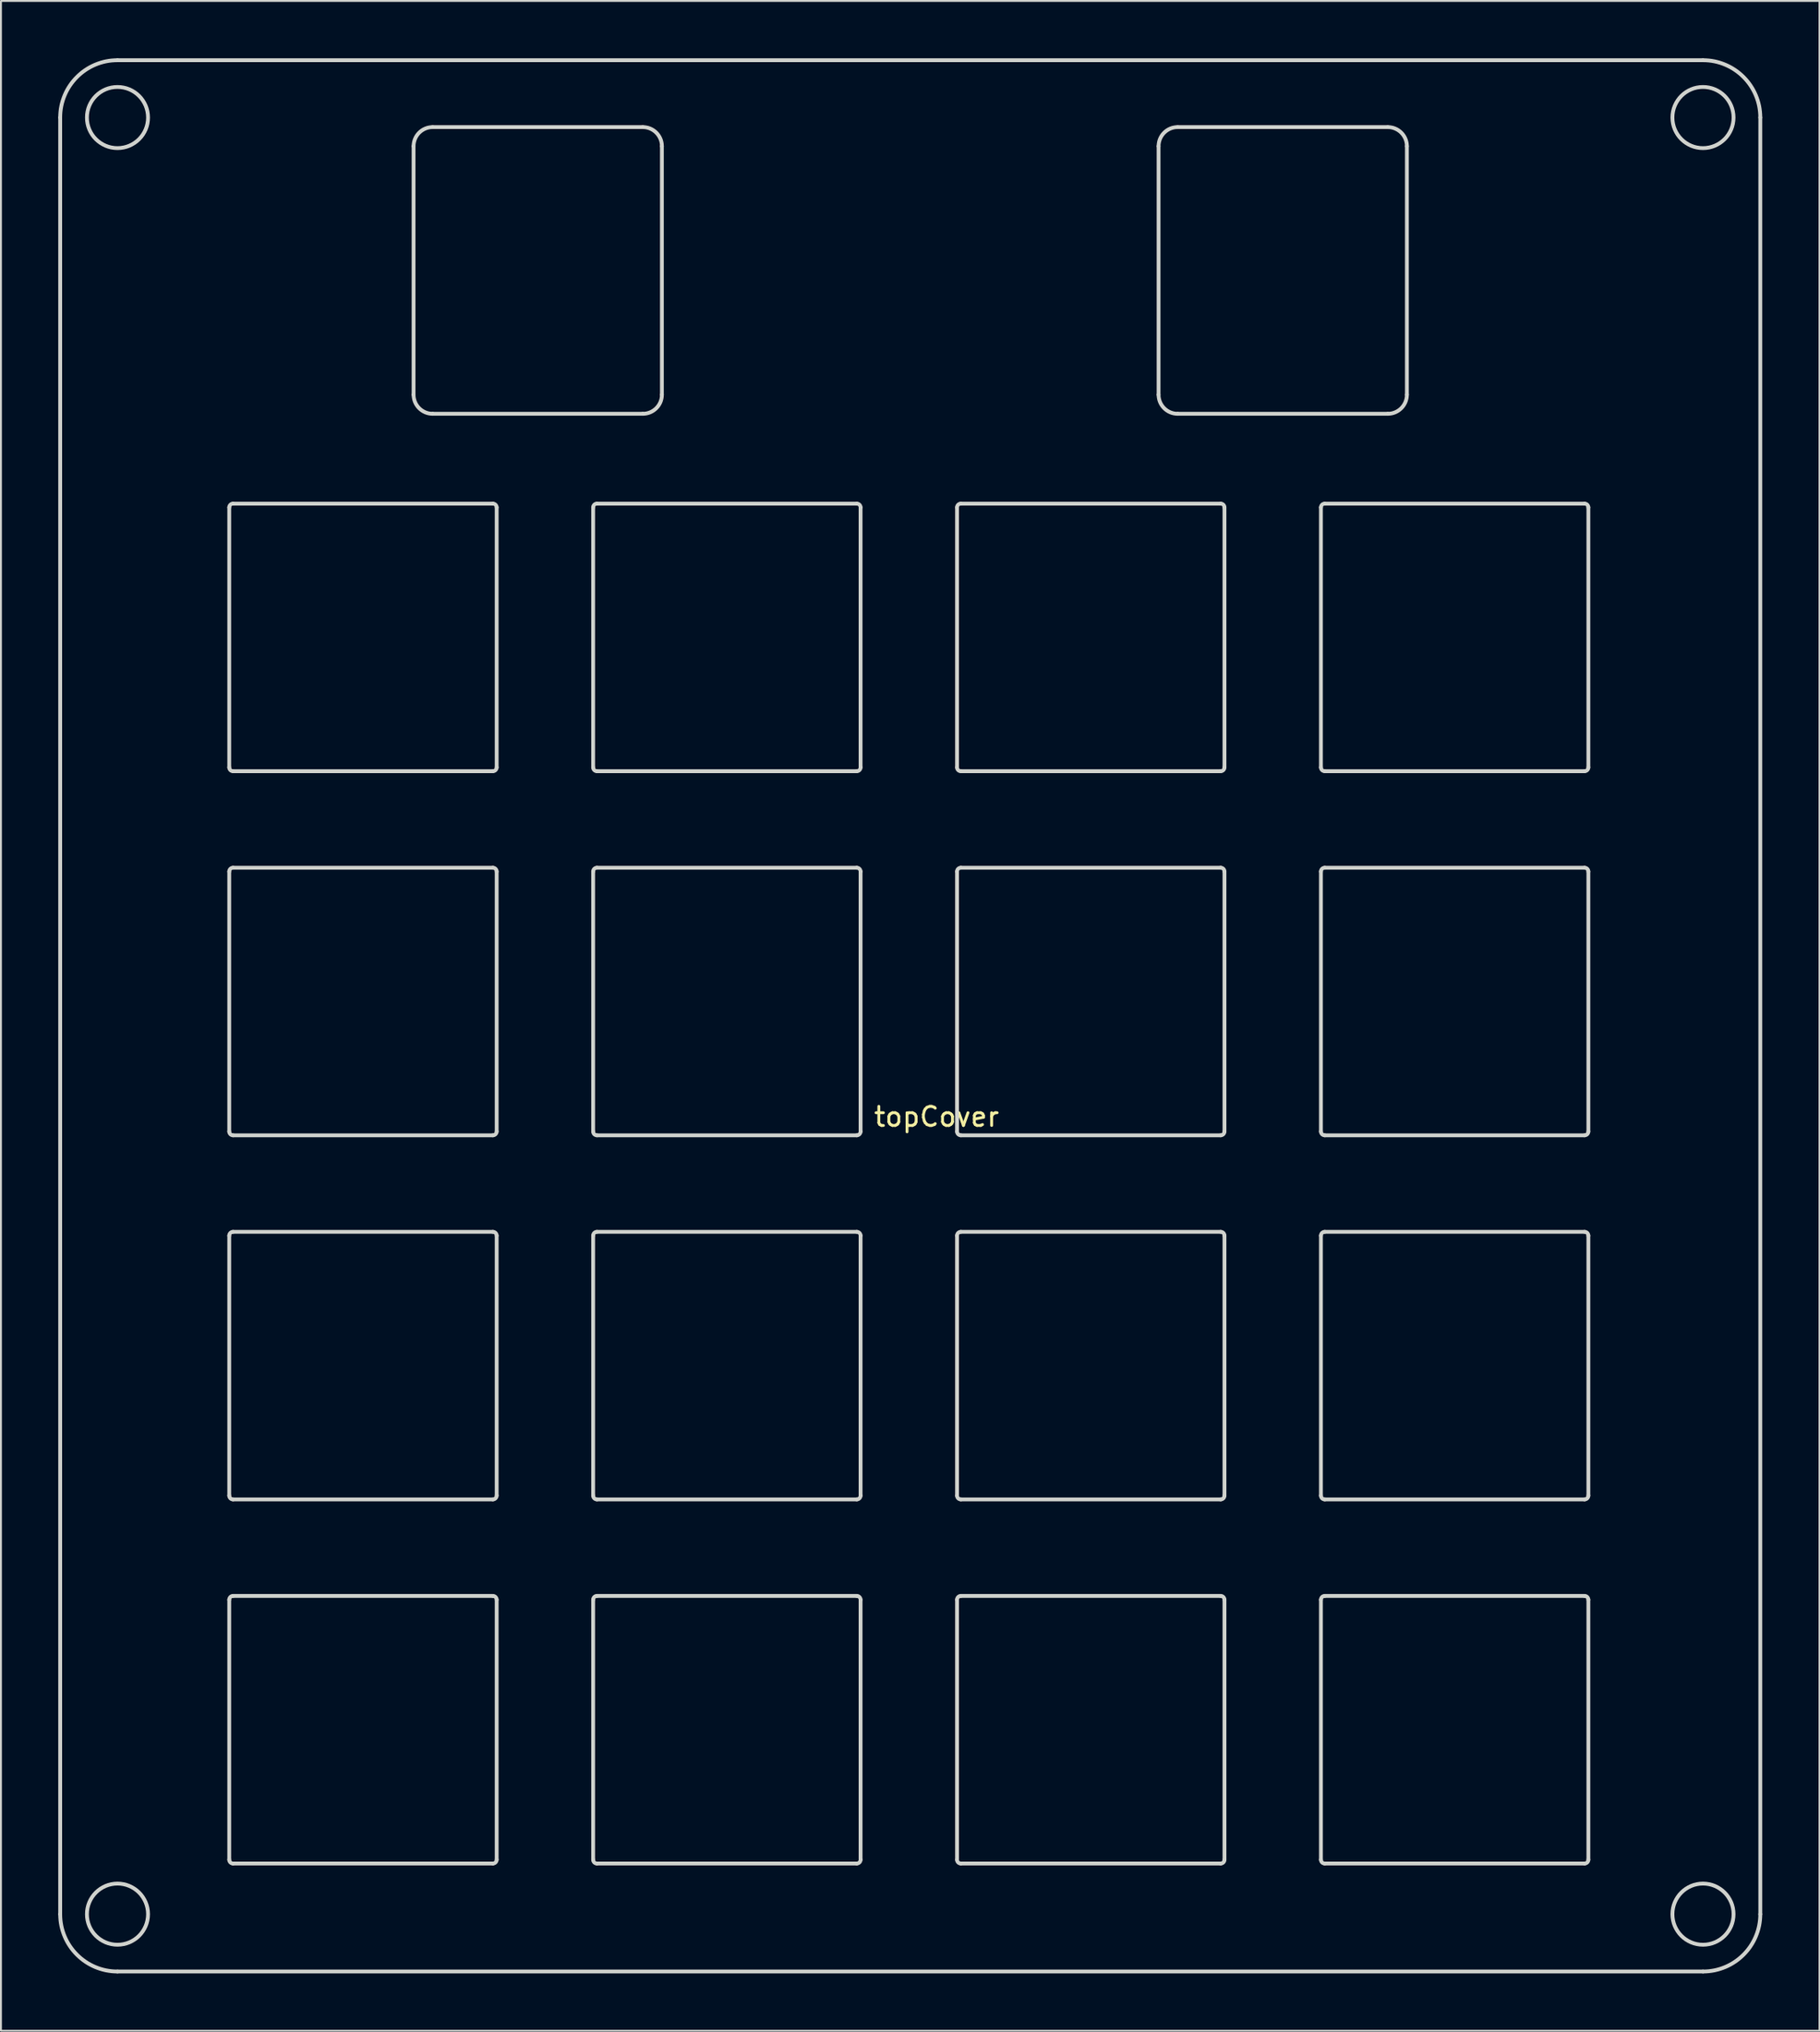
<source format=kicad_pcb>
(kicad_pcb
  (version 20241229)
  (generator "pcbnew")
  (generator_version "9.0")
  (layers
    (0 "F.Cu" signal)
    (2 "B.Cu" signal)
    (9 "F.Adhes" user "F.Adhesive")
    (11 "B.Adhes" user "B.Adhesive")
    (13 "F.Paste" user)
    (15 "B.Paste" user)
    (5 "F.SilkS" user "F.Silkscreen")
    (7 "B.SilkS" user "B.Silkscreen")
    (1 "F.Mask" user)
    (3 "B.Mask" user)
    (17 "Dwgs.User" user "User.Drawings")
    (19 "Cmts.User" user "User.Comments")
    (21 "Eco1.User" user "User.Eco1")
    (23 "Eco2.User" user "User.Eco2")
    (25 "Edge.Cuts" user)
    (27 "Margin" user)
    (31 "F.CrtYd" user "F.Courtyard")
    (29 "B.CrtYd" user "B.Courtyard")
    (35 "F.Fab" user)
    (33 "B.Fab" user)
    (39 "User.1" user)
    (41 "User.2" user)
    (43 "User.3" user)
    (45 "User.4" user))
  (footprint "topCover"
    (layer "F.Cu")
    (at 45.98 54.88)
    (property "Reference" "topCover" (at 0 0.5 0) (layer "F.SilkS") (effects (font (size 1 1) (thickness 0.15))))
    (attr through_hole)
    (fp_line (start -45.88 42.22) (end -45.88 -51.78) (stroke (width 0.2) (type solid)) (layer "Edge.Cuts"))
    (fp_line (start -42.88 -54.78) (end 40.12 -54.78) (stroke (width 0.2) (type solid)) (layer "Edge.Cuts"))
    (fp_line (start -37.03 -17.78) (end -37.03 -31.38) (stroke (width 0.2) (type solid)) (layer "Edge.Cuts"))
    (fp_line (start -37.03 1.27) (end -37.03 -12.33) (stroke (width 0.2) (type solid)) (layer "Edge.Cuts"))
    (fp_line (start -37.03 20.32) (end -37.03 6.72) (stroke (width 0.2) (type solid)) (layer "Edge.Cuts"))
    (fp_line (start -37.03 39.37) (end -37.03 25.77) (stroke (width 0.2) (type solid)) (layer "Edge.Cuts"))
    (fp_line (start -36.83 -12.53) (end -23.23 -12.53) (stroke (width 0.2) (type solid)) (layer "Edge.Cuts"))
    (fp_line (start -36.83 -31.58) (end -23.23 -31.58) (stroke (width 0.2) (type solid)) (layer "Edge.Cuts"))
    (fp_line (start -36.83 6.52) (end -23.23 6.52) (stroke (width 0.2) (type solid)) (layer "Edge.Cuts"))
    (fp_line (start -36.83 25.57) (end -23.23 25.57) (stroke (width 0.2) (type solid)) (layer "Edge.Cuts"))
    (fp_line (start -27.38 -37.28) (end -27.38 -50.28) (stroke (width 0.2) (type solid)) (layer "Edge.Cuts"))
    (fp_line (start -26.38 -51.28) (end -15.38 -51.28) (stroke (width 0.2) (type solid)) (layer "Edge.Cuts"))
    (fp_line (start -23.23 -17.58) (end -36.83 -17.58) (stroke (width 0.2) (type solid)) (layer "Edge.Cuts"))
    (fp_line (start -23.23 1.47) (end -36.83 1.47) (stroke (width 0.2) (type solid)) (layer "Edge.Cuts"))
    (fp_line (start -23.23 20.52) (end -36.83 20.52) (stroke (width 0.2) (type solid)) (layer "Edge.Cuts"))
    (fp_line (start -23.23 39.57) (end -36.83 39.57) (stroke (width 0.2) (type solid)) (layer "Edge.Cuts"))
    (fp_line (start -23.03 -31.38) (end -23.03 -17.78) (stroke (width 0.2) (type solid)) (layer "Edge.Cuts"))
    (fp_line (start -23.03 -12.33) (end -23.03 1.27) (stroke (width 0.2) (type solid)) (layer "Edge.Cuts"))
    (fp_line (start -23.03 6.72) (end -23.03 20.32) (stroke (width 0.2) (type solid)) (layer "Edge.Cuts"))
    (fp_line (start -23.03 25.77) (end -23.03 39.37) (stroke (width 0.2) (type solid)) (layer "Edge.Cuts"))
    (fp_line (start -17.98 -17.78) (end -17.98 -31.38) (stroke (width 0.2) (type solid)) (layer "Edge.Cuts"))
    (fp_line (start -17.98 1.27) (end -17.98 -12.33) (stroke (width 0.2) (type solid)) (layer "Edge.Cuts"))
    (fp_line (start -17.98 20.32) (end -17.98 6.72) (stroke (width 0.2) (type solid)) (layer "Edge.Cuts"))
    (fp_line (start -17.98 39.37) (end -17.98 25.77) (stroke (width 0.2) (type solid)) (layer "Edge.Cuts"))
    (fp_line (start -17.78 -31.58) (end -4.18 -31.58) (stroke (width 0.2) (type solid)) (layer "Edge.Cuts"))
    (fp_line (start -17.78 -12.53) (end -4.18 -12.53) (stroke (width 0.2) (type solid)) (layer "Edge.Cuts"))
    (fp_line (start -17.78 6.52) (end -4.18 6.52) (stroke (width 0.2) (type solid)) (layer "Edge.Cuts"))
    (fp_line (start -17.78 25.57) (end -4.18 25.57) (stroke (width 0.2) (type solid)) (layer "Edge.Cuts"))
    (fp_line (start -15.38 -36.28) (end -26.38 -36.28) (stroke (width 0.2) (type solid)) (layer "Edge.Cuts"))
    (fp_line (start -14.38 -50.28) (end -14.38 -37.28) (stroke (width 0.2) (type solid)) (layer "Edge.Cuts"))
    (fp_line (start -4.18 -17.58) (end -17.78 -17.58) (stroke (width 0.2) (type solid)) (layer "Edge.Cuts"))
    (fp_line (start -4.18 1.47) (end -17.78 1.47) (stroke (width 0.2) (type solid)) (layer "Edge.Cuts"))
    (fp_line (start -4.18 20.52) (end -17.78 20.52) (stroke (width 0.2) (type solid)) (layer "Edge.Cuts"))
    (fp_line (start -4.18 39.57) (end -17.78 39.57) (stroke (width 0.2) (type solid)) (layer "Edge.Cuts"))
    (fp_line (start -3.98 -31.38) (end -3.98 -17.78) (stroke (width 0.2) (type solid)) (layer "Edge.Cuts"))
    (fp_line (start -3.98 -12.33) (end -3.98 1.27) (stroke (width 0.2) (type solid)) (layer "Edge.Cuts"))
    (fp_line (start -3.98 6.72) (end -3.98 20.32) (stroke (width 0.2) (type solid)) (layer "Edge.Cuts"))
    (fp_line (start -3.98 25.77) (end -3.98 39.37) (stroke (width 0.2) (type solid)) (layer "Edge.Cuts"))
    (fp_line (start 1.07 -17.78) (end 1.07 -31.38) (stroke (width 0.2) (type solid)) (layer "Edge.Cuts"))
    (fp_line (start 1.07 1.27) (end 1.07 -12.33) (stroke (width 0.2) (type solid)) (layer "Edge.Cuts"))
    (fp_line (start 1.07 20.32) (end 1.07 6.72) (stroke (width 0.2) (type solid)) (layer "Edge.Cuts"))
    (fp_line (start 1.07 39.37) (end 1.07 25.77) (stroke (width 0.2) (type solid)) (layer "Edge.Cuts"))
    (fp_line (start 1.27 -12.53) (end 14.87 -12.53) (stroke (width 0.2) (type solid)) (layer "Edge.Cuts"))
    (fp_line (start 1.27 -31.58) (end 14.87 -31.58) (stroke (width 0.2) (type solid)) (layer "Edge.Cuts"))
    (fp_line (start 1.27 6.52) (end 14.87 6.52) (stroke (width 0.2) (type solid)) (layer "Edge.Cuts"))
    (fp_line (start 1.27 25.57) (end 14.87 25.57) (stroke (width 0.2) (type solid)) (layer "Edge.Cuts"))
    (fp_line (start 11.62 -37.28) (end 11.62 -50.28) (stroke (width 0.2) (type solid)) (layer "Edge.Cuts"))
    (fp_line (start 12.62 -51.28) (end 23.62 -51.28) (stroke (width 0.2) (type solid)) (layer "Edge.Cuts"))
    (fp_line (start 14.87 -17.58) (end 1.27 -17.58) (stroke (width 0.2) (type solid)) (layer "Edge.Cuts"))
    (fp_line (start 14.87 1.47) (end 1.27 1.47) (stroke (width 0.2) (type solid)) (layer "Edge.Cuts"))
    (fp_line (start 14.87 20.52) (end 1.27 20.52) (stroke (width 0.2) (type solid)) (layer "Edge.Cuts"))
    (fp_line (start 14.87 39.57) (end 1.27 39.57) (stroke (width 0.2) (type solid)) (layer "Edge.Cuts"))
    (fp_line (start 15.07 -31.38) (end 15.07 -17.78) (stroke (width 0.2) (type solid)) (layer "Edge.Cuts"))
    (fp_line (start 15.07 -12.33) (end 15.07 1.27) (stroke (width 0.2) (type solid)) (layer "Edge.Cuts"))
    (fp_line (start 15.07 6.72) (end 15.07 20.32) (stroke (width 0.2) (type solid)) (layer "Edge.Cuts"))
    (fp_line (start 15.07 25.77) (end 15.07 39.37) (stroke (width 0.2) (type solid)) (layer "Edge.Cuts"))
    (fp_line (start 20.12 -17.78) (end 20.12 -31.38) (stroke (width 0.2) (type solid)) (layer "Edge.Cuts"))
    (fp_line (start 20.12 1.27) (end 20.12 -12.33) (stroke (width 0.2) (type solid)) (layer "Edge.Cuts"))
    (fp_line (start 20.12 20.32) (end 20.12 6.72) (stroke (width 0.2) (type solid)) (layer "Edge.Cuts"))
    (fp_line (start 20.12 39.37) (end 20.12 25.77) (stroke (width 0.2) (type solid)) (layer "Edge.Cuts"))
    (fp_line (start 20.32 -31.58) (end 33.92 -31.58) (stroke (width 0.2) (type solid)) (layer "Edge.Cuts"))
    (fp_line (start 20.32 -12.53) (end 33.92 -12.53) (stroke (width 0.2) (type solid)) (layer "Edge.Cuts"))
    (fp_line (start 20.32 6.52) (end 33.92 6.52) (stroke (width 0.2) (type solid)) (layer "Edge.Cuts"))
    (fp_line (start 20.32 25.57) (end 33.92 25.57) (stroke (width 0.2) (type solid)) (layer "Edge.Cuts"))
    (fp_line (start 23.62 -36.28) (end 12.62 -36.28) (stroke (width 0.2) (type solid)) (layer "Edge.Cuts"))
    (fp_line (start 24.62 -50.28) (end 24.62 -37.28) (stroke (width 0.2) (type solid)) (layer "Edge.Cuts"))
    (fp_line (start 33.92 -17.58) (end 20.32 -17.58) (stroke (width 0.2) (type solid)) (layer "Edge.Cuts"))
    (fp_line (start 33.92 1.47) (end 20.32 1.47) (stroke (width 0.2) (type solid)) (layer "Edge.Cuts"))
    (fp_line (start 33.92 20.52) (end 20.32 20.52) (stroke (width 0.2) (type solid)) (layer "Edge.Cuts"))
    (fp_line (start 33.92 39.57) (end 20.32 39.57) (stroke (width 0.2) (type solid)) (layer "Edge.Cuts"))
    (fp_line (start 34.12 -31.38) (end 34.12 -17.78) (stroke (width 0.2) (type solid)) (layer "Edge.Cuts"))
    (fp_line (start 34.12 -12.33) (end 34.12 1.27) (stroke (width 0.2) (type solid)) (layer "Edge.Cuts"))
    (fp_line (start 34.12 6.72) (end 34.12 20.32) (stroke (width 0.2) (type solid)) (layer "Edge.Cuts"))
    (fp_line (start 34.12 25.77) (end 34.12 39.37) (stroke (width 0.2) (type solid)) (layer "Edge.Cuts"))
    (fp_line (start 40.12 45.22) (end -42.88 45.22) (stroke (width 0.2) (type solid)) (layer "Edge.Cuts"))
    (fp_line (start 43.12 -51.78) (end 43.12 42.22) (stroke (width 0.2) (type solid)) (layer "Edge.Cuts"))
    (fp_arc (start -45.88 -51.779999) (mid -45.00132 -53.901319) (end -42.88 -54.779999) (stroke (width 0.2) (type solid)) (layer "Edge.Cuts"))
    (fp_arc (start -42.88 45.220001) (mid -45.00132 44.341321) (end -45.88 42.220001) (stroke (width 0.2) (type solid)) (layer "Edge.Cuts"))
    (fp_arc (start -37.030001 25.77) (mid -36.971422 25.628579) (end -36.83 25.570001) (stroke (width 0.2) (type solid)) (layer "Edge.Cuts"))
    (fp_arc (start -37.03 -31.380001) (mid -36.971421 -31.521421) (end -36.83 -31.579999) (stroke (width 0.2) (type solid)) (layer "Edge.Cuts"))
    (fp_arc (start -37.03 -12.329998) (mid -36.971422 -12.47142) (end -36.830001 -12.529999) (stroke (width 0.2) (type solid)) (layer "Edge.Cuts"))
    (fp_arc (start -37.03 6.719999) (mid -36.971421 6.578579) (end -36.83 6.520001) (stroke (width 0.2) (type solid)) (layer "Edge.Cuts"))
    (fp_arc (start -36.830001 39.57) (mid -36.971422 39.511422) (end -37.03 39.370001) (stroke (width 0.2) (type solid)) (layer "Edge.Cuts"))
    (fp_arc (start -36.83 20.520001) (mid -36.971421 20.461422) (end -37.03 20.320001) (stroke (width 0.2) (type solid)) (layer "Edge.Cuts"))
    (fp_arc (start -36.829999 -17.58) (mid -36.971421 -17.638578) (end -37.03 -17.779999) (stroke (width 0.2) (type solid)) (layer "Edge.Cuts"))
    (fp_arc (start -36.829999 1.47) (mid -36.971421 1.411422) (end -37.03 1.270001) (stroke (width 0.2) (type solid)) (layer "Edge.Cuts"))
    (fp_arc (start -27.379999 -50.28) (mid -27.087106 -50.987106) (end -26.38 -51.279999) (stroke (width 0.2) (type solid)) (layer "Edge.Cuts"))
    (fp_arc (start -26.38 -36.279999) (mid -27.087107 -36.572892) (end -27.38 -37.279999) (stroke (width 0.2) (type solid)) (layer "Edge.Cuts"))
    (fp_arc (start -23.23 -31.579999) (mid -23.088579 -31.52142) (end -23.03 -31.379999) (stroke (width 0.2) (type solid)) (layer "Edge.Cuts"))
    (fp_arc (start -23.23 6.520001) (mid -23.088579 6.57858) (end -23.03 6.720001) (stroke (width 0.2) (type solid)) (layer "Edge.Cuts"))
    (fp_arc (start -23.23 25.570001) (mid -23.088579 25.62858) (end -23.03 25.770001) (stroke (width 0.2) (type solid)) (layer "Edge.Cuts"))
    (fp_arc (start -23.229999 -12.53) (mid -23.088578 -12.471421) (end -23.03 -12.329999) (stroke (width 0.2) (type solid)) (layer "Edge.Cuts"))
    (fp_arc (start -23.030001 -17.78) (mid -23.088579 -17.638578) (end -23.23 -17.579999) (stroke (width 0.2) (type solid)) (layer "Edge.Cuts"))
    (fp_arc (start -23.030001 1.27) (mid -23.088579 1.411422) (end -23.23 1.470001) (stroke (width 0.2) (type solid)) (layer "Edge.Cuts"))
    (fp_arc (start -23.030001 20.32) (mid -23.088579 20.461422) (end -23.23 20.520001) (stroke (width 0.2) (type solid)) (layer "Edge.Cuts"))
    (fp_arc (start -23.03 39.370001) (mid -23.088579 39.511422) (end -23.23 39.570001) (stroke (width 0.2) (type solid)) (layer "Edge.Cuts"))
    (fp_arc (start -17.980001 25.77) (mid -17.921422 25.628579) (end -17.78 25.570001) (stroke (width 0.2) (type solid)) (layer "Edge.Cuts"))
    (fp_arc (start -17.98 -12.329999) (mid -17.921421 -12.47142) (end -17.78 -12.529999) (stroke (width 0.2) (type solid)) (layer "Edge.Cuts"))
    (fp_arc (start -17.98 6.719999) (mid -17.921421 6.578579) (end -17.78 6.520001) (stroke (width 0.2) (type solid)) (layer "Edge.Cuts"))
    (fp_arc (start -17.979999 -31.38) (mid -17.921421 -31.521421) (end -17.78 -31.579999) (stroke (width 0.2) (type solid)) (layer "Edge.Cuts"))
    (fp_arc (start -17.78 1.470001) (mid -17.921421 1.411422) (end -17.98 1.270001) (stroke (width 0.2) (type solid)) (layer "Edge.Cuts"))
    (fp_arc (start -17.78 20.520001) (mid -17.921421 20.461422) (end -17.98 20.320001) (stroke (width 0.2) (type solid)) (layer "Edge.Cuts"))
    (fp_arc (start -17.78 39.570001) (mid -17.921421 39.511422) (end -17.98 39.370001) (stroke (width 0.2) (type solid)) (layer "Edge.Cuts"))
    (fp_arc (start -17.779999 -17.58) (mid -17.921421 -17.638578) (end -17.98 -17.779999) (stroke (width 0.2) (type solid)) (layer "Edge.Cuts"))
    (fp_arc (start -15.379999 -51.28) (mid -14.672893 -50.987106) (end -14.38 -50.279999) (stroke (width 0.2) (type solid)) (layer "Edge.Cuts"))
    (fp_arc (start -14.38 -37.279999) (mid -14.672893 -36.572892) (end -15.38 -36.279999) (stroke (width 0.2) (type solid)) (layer "Edge.Cuts"))
    (fp_arc (start -4.180001 -31.579999) (mid -4.03858 -31.52142) (end -3.980001 -31.379999) (stroke (width 0.2) (type solid)) (layer "Edge.Cuts"))
    (fp_arc (start -4.180001 6.520001) (mid -4.03858 6.57858) (end -3.980001 6.720001) (stroke (width 0.2) (type solid)) (layer "Edge.Cuts"))
    (fp_arc (start -4.180001 25.570001) (mid -4.03858 25.62858) (end -3.980001 25.770001) (stroke (width 0.2) (type solid)) (layer "Edge.Cuts"))
    (fp_arc (start -4.18 -12.529998) (mid -4.038579 -12.47142) (end -3.980001 -12.329999) (stroke (width 0.2) (type solid)) (layer "Edge.Cuts"))
    (fp_arc (start -3.980001 1.27) (mid -4.038579 1.411422) (end -4.18 1.470001) (stroke (width 0.2) (type solid)) (layer "Edge.Cuts"))
    (fp_arc (start -3.980001 20.32) (mid -4.038579 20.461422) (end -4.18 20.520001) (stroke (width 0.2) (type solid)) (layer "Edge.Cuts"))
    (fp_arc (start -3.98 -17.780001) (mid -4.038578 -17.638579) (end -4.18 -17.579999) (stroke (width 0.2) (type solid)) (layer "Edge.Cuts"))
    (fp_arc (start -3.98 39.370001) (mid -4.038579 39.511422) (end -4.18 39.570001) (stroke (width 0.2) (type solid)) (layer "Edge.Cuts"))
    (fp_arc (start 1.069999 25.77) (mid 1.128578 25.628579) (end 1.27 25.570001) (stroke (width 0.2) (type solid)) (layer "Edge.Cuts"))
    (fp_arc (start 1.07 -31.380001) (mid 1.128579 -31.521421) (end 1.27 -31.579999) (stroke (width 0.2) (type solid)) (layer "Edge.Cuts"))
    (fp_arc (start 1.07 -12.329998) (mid 1.128578 -12.47142) (end 1.269999 -12.529999) (stroke (width 0.2) (type solid)) (layer "Edge.Cuts"))
    (fp_arc (start 1.07 6.719999) (mid 1.128579 6.578579) (end 1.27 6.520001) (stroke (width 0.2) (type solid)) (layer "Edge.Cuts"))
    (fp_arc (start 1.27 20.520001) (mid 1.128579 20.461422) (end 1.07 20.320001) (stroke (width 0.2) (type solid)) (layer "Edge.Cuts"))
    (fp_arc (start 1.27 39.570001) (mid 1.128579 39.511422) (end 1.07 39.370001) (stroke (width 0.2) (type solid)) (layer "Edge.Cuts"))
    (fp_arc (start 1.270001 -17.58) (mid 1.128579 -17.638578) (end 1.07 -17.779999) (stroke (width 0.2) (type solid)) (layer "Edge.Cuts"))
    (fp_arc (start 1.270001 1.47) (mid 1.128579 1.411422) (end 1.07 1.270001) (stroke (width 0.2) (type solid)) (layer "Edge.Cuts"))
    (fp_arc (start 11.62 -50.279999) (mid 11.912893 -50.987106) (end 12.62 -51.279999) (stroke (width 0.2) (type solid)) (layer "Edge.Cuts"))
    (fp_arc (start 12.62 -36.279999) (mid 11.912893 -36.572892) (end 11.62 -37.279999) (stroke (width 0.2) (type solid)) (layer "Edge.Cuts"))
    (fp_arc (start 14.87 -31.579999) (mid 15.011421 -31.52142) (end 15.07 -31.379999) (stroke (width 0.2) (type solid)) (layer "Edge.Cuts"))
    (fp_arc (start 14.87 6.520001) (mid 15.011421 6.57858) (end 15.07 6.720001) (stroke (width 0.2) (type solid)) (layer "Edge.Cuts"))
    (fp_arc (start 14.87 25.570001) (mid 15.011421 25.62858) (end 15.07 25.770001) (stroke (width 0.2) (type solid)) (layer "Edge.Cuts"))
    (fp_arc (start 14.870001 -12.53) (mid 15.011422 -12.471421) (end 15.07 -12.329999) (stroke (width 0.2) (type solid)) (layer "Edge.Cuts"))
    (fp_arc (start 15.069999 1.27) (mid 15.011421 1.411422) (end 14.87 1.470001) (stroke (width 0.2) (type solid)) (layer "Edge.Cuts"))
    (fp_arc (start 15.069999 20.32) (mid 15.011421 20.461422) (end 14.87 20.520001) (stroke (width 0.2) (type solid)) (layer "Edge.Cuts"))
    (fp_arc (start 15.07 -17.779999) (mid 15.011421 -17.638578) (end 14.87 -17.579999) (stroke (width 0.2) (type solid)) (layer "Edge.Cuts"))
    (fp_arc (start 15.07 39.370001) (mid 15.011421 39.511422) (end 14.87 39.570001) (stroke (width 0.2) (type solid)) (layer "Edge.Cuts"))
    (fp_arc (start 20.119999 -12.33) (mid 20.178578 -12.471421) (end 20.32 -12.529999) (stroke (width 0.2) (type solid)) (layer "Edge.Cuts"))
    (fp_arc (start 20.12 -31.379999) (mid 20.178579 -31.52142) (end 20.32 -31.579999) (stroke (width 0.2) (type solid)) (layer "Edge.Cuts"))
    (fp_arc (start 20.12 6.720001) (mid 20.178579 6.57858) (end 20.32 6.520001) (stroke (width 0.2) (type solid)) (layer "Edge.Cuts"))
    (fp_arc (start 20.12 25.770001) (mid 20.178579 25.62858) (end 20.32 25.570001) (stroke (width 0.2) (type solid)) (layer "Edge.Cuts"))
    (fp_arc (start 20.32 -17.579999) (mid 20.178579 -17.638578) (end 20.12 -17.779999) (stroke (width 0.2) (type solid)) (layer "Edge.Cuts"))
    (fp_arc (start 20.32 1.470001) (mid 20.178579 1.411422) (end 20.12 1.270001) (stroke (width 0.2) (type solid)) (layer "Edge.Cuts"))
    (fp_arc (start 20.32 20.520001) (mid 20.178579 20.461422) (end 20.12 20.320001) (stroke (width 0.2) (type solid)) (layer "Edge.Cuts"))
    (fp_arc (start 20.32 39.570001) (mid 20.178579 39.511422) (end 20.12 39.370001) (stroke (width 0.2) (type solid)) (layer "Edge.Cuts"))
    (fp_arc (start 23.62 -51.279999) (mid 24.327107 -50.987106) (end 24.62 -50.279999) (stroke (width 0.2) (type solid)) (layer "Edge.Cuts"))
    (fp_arc (start 24.62 -37.279999) (mid 24.327107 -36.572892) (end 23.62 -36.279999) (stroke (width 0.2) (type solid)) (layer "Edge.Cuts"))
    (fp_arc (start 33.919999 6.520001) (mid 34.06142 6.57858) (end 34.119999 6.720001) (stroke (width 0.2) (type solid)) (layer "Edge.Cuts"))
    (fp_arc (start 33.919999 25.570001) (mid 34.06142 25.62858) (end 34.119999 25.770001) (stroke (width 0.2) (type solid)) (layer "Edge.Cuts"))
    (fp_arc (start 33.92 -31.58) (mid 34.061421 -31.521421) (end 34.119999 -31.379999) (stroke (width 0.2) (type solid)) (layer "Edge.Cuts"))
    (fp_arc (start 33.92 -12.53) (mid 34.061421 -12.471421) (end 34.119999 -12.329999) (stroke (width 0.2) (type solid)) (layer "Edge.Cuts"))
    (fp_arc (start 34.119999 -17.779999) (mid 34.06142 -17.638578) (end 33.919999 -17.579999) (stroke (width 0.2) (type solid)) (layer "Edge.Cuts"))
    (fp_arc (start 34.119999 1.270001) (mid 34.06142 1.411422) (end 33.919999 1.470001) (stroke (width 0.2) (type solid)) (layer "Edge.Cuts"))
    (fp_arc (start 34.119999 20.320001) (mid 34.06142 20.461422) (end 33.919999 20.520001) (stroke (width 0.2) (type solid)) (layer "Edge.Cuts"))
    (fp_arc (start 34.12 39.370002) (mid 34.061421 39.511423) (end 33.919999 39.570001) (stroke (width 0.2) (type solid)) (layer "Edge.Cuts"))
    (fp_arc (start 40.12 -54.779999) (mid 42.24132 -53.901319) (end 43.12 -51.779999) (stroke (width 0.2) (type solid)) (layer "Edge.Cuts"))
    (fp_arc (start 43.12 42.220001) (mid 42.24132 44.341321) (end 40.12 45.220001) (stroke (width 0.2) (type solid)) (layer "Edge.Cuts"))
    (fp_circle (center -42.88 -51.78) (end -41.28 -51.78) (stroke (width 0.2) (type solid)) (fill no) (layer "Edge.Cuts"))
    (fp_circle (center -42.88 42.22) (end -41.28 42.22) (stroke (width 0.2) (type solid)) (fill no) (layer "Edge.Cuts"))
    (fp_circle (center 40.12 -51.78) (end 41.72 -51.78) (stroke (width 0.2) (type solid)) (fill no) (layer "Edge.Cuts"))
    (fp_circle (center 40.12 42.22) (end 41.72 42.22) (stroke (width 0.2) (type solid)) (fill no) (layer "Edge.Cuts")))
  (gr_rect
    (start -3 -3)
    (end 92.2 103.2)
    (stroke (width 0.1) (type default))
    (fill no)
    (layer "Edge.Cuts")))
</source>
